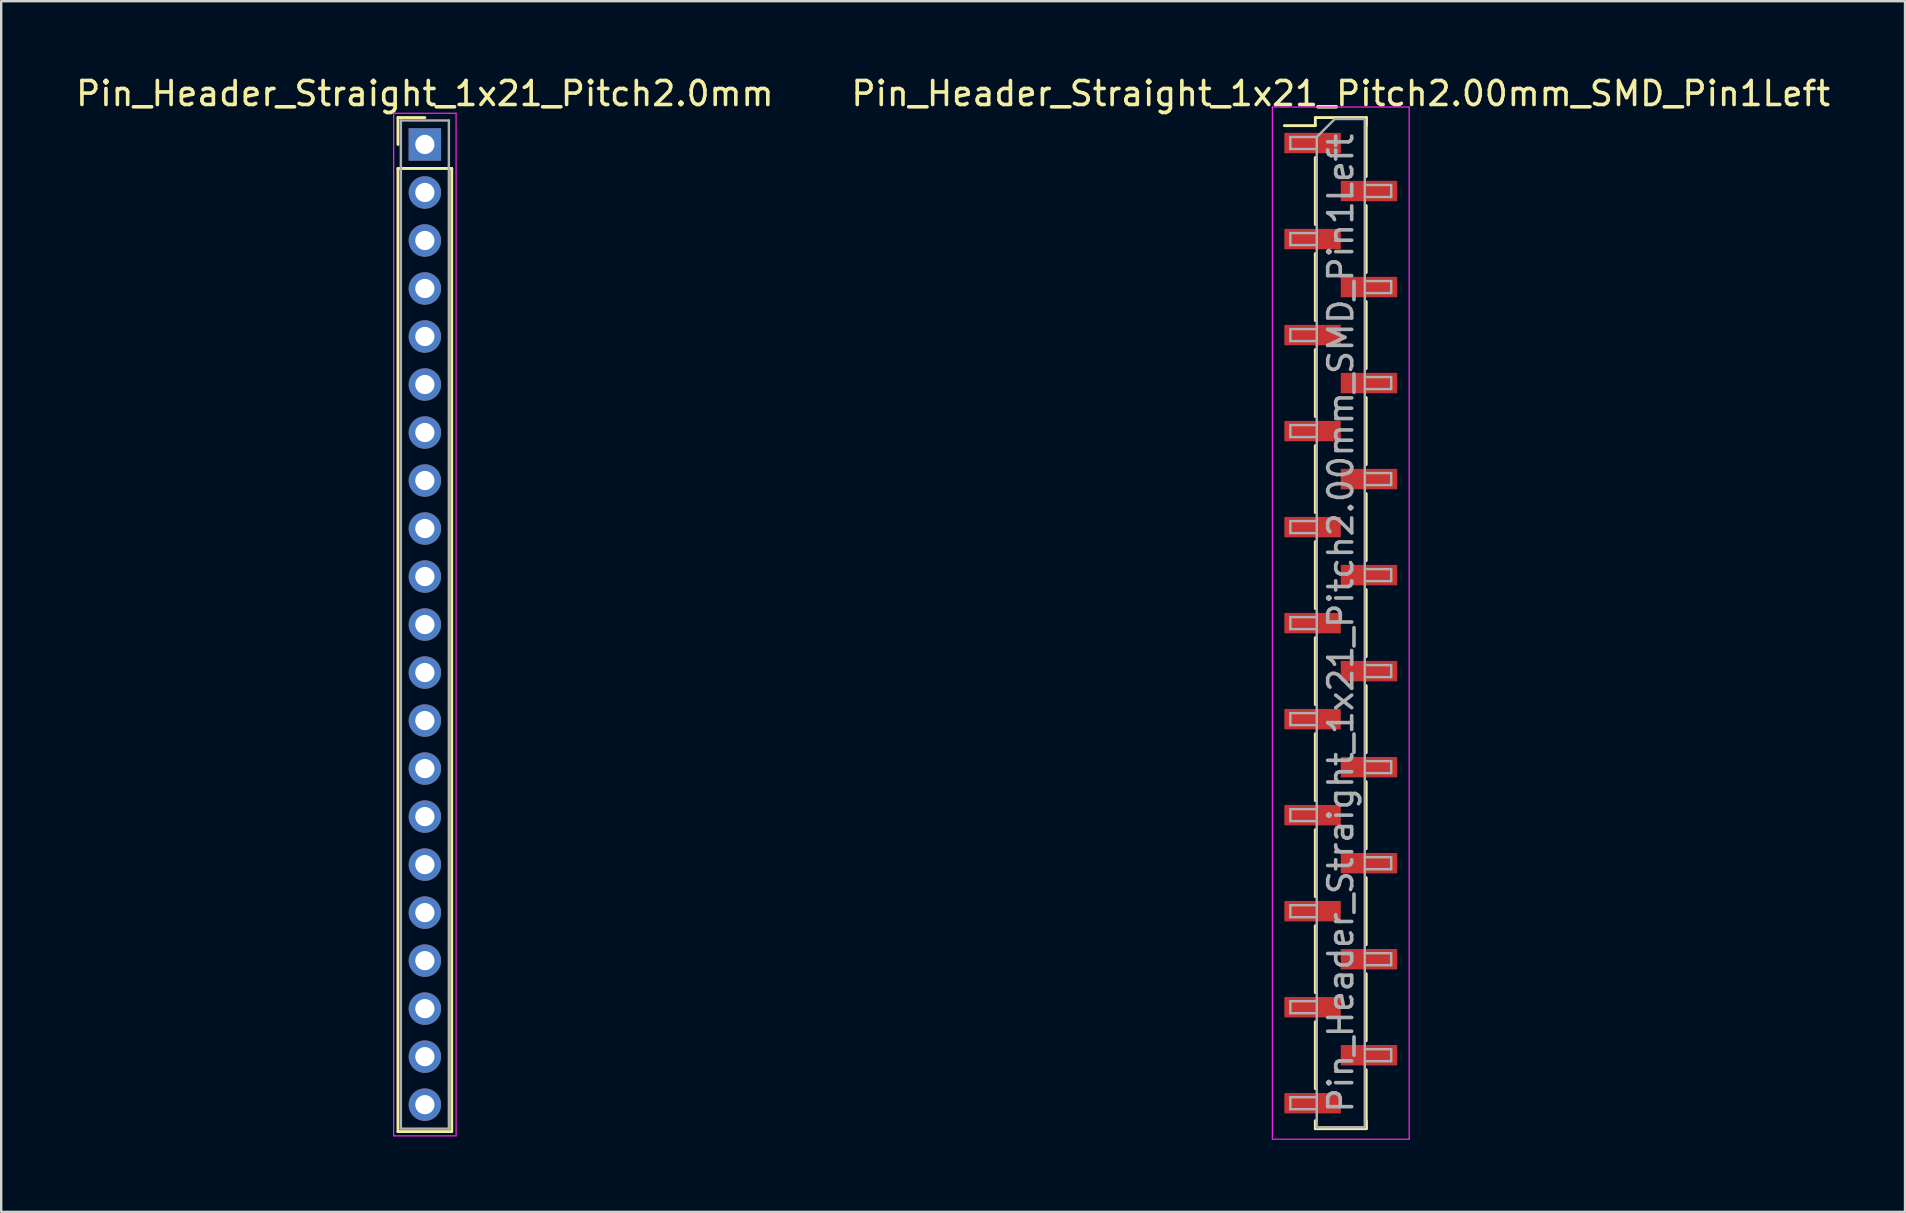
<source format=kicad_pcb>
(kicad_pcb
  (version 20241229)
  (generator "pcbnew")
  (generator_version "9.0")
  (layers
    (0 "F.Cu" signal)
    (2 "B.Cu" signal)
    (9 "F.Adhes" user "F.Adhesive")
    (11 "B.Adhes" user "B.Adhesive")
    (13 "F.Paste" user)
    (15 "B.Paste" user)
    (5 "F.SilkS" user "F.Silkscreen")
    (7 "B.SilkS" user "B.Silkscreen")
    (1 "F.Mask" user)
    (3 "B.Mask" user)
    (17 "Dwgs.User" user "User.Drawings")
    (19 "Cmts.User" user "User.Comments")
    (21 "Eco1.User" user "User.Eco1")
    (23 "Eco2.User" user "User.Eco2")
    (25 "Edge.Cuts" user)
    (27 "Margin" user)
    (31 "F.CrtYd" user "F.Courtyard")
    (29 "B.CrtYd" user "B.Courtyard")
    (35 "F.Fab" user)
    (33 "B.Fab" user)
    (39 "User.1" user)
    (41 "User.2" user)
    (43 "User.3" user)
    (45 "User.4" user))
  (footprint "Pin_Header_Straight_1x21_Pitch2.0mm"
    (layer "F.Cu")
    (at 14.649 2.968)
    (property "Reference" "Pin_Header_Straight_1x21_Pitch2.0mm" (at 0 -2.12 0) (layer "F.SilkS") (effects (font (size 1 1) (thickness 0.15))))
    (attr through_hole)
    (fp_line (start -1.12 -1.12) (end 0 -1.12) (stroke (width 0.12) (type solid)) (layer "F.SilkS"))
    (fp_line (start -1.12 0) (end -1.12 -1.12) (stroke (width 0.12) (type solid)) (layer "F.SilkS"))
    (fp_line (start -1.12 1) (end -1.12 41.12) (stroke (width 0.12) (type solid)) (layer "F.SilkS"))
    (fp_line (start -1.12 41.12) (end 1.12 41.12) (stroke (width 0.12) (type solid)) (layer "F.SilkS"))
    (fp_line (start 1.12 1) (end -1.12 1) (stroke (width 0.12) (type solid)) (layer "F.SilkS"))
    (fp_line (start 1.12 41.12) (end 1.12 1) (stroke (width 0.12) (type solid)) (layer "F.SilkS"))
    (fp_line (start -1.3 -1.3) (end -1.3 41.3) (stroke (width 0.05) (type solid)) (layer "F.CrtYd"))
    (fp_line (start -1.3 41.3) (end 1.3 41.3) (stroke (width 0.05) (type solid)) (layer "F.CrtYd"))
    (fp_line (start 1.3 -1.3) (end -1.3 -1.3) (stroke (width 0.05) (type solid)) (layer "F.CrtYd"))
    (fp_line (start 1.3 41.3) (end 1.3 -1.3) (stroke (width 0.05) (type solid)) (layer "F.CrtYd"))
    (fp_line (start -1 -1) (end -1 41) (stroke (width 0.1) (type solid)) (layer "F.Fab"))
    (fp_line (start -1 41) (end 1 41) (stroke (width 0.1) (type solid)) (layer "F.Fab"))
    (fp_line (start 1 -1) (end -1 -1) (stroke (width 0.1) (type solid)) (layer "F.Fab"))
    (fp_line (start 1 41) (end 1 -1) (stroke (width 0.1) (type solid)) (layer "F.Fab"))
    (pad "1" thru_hole rect (at 0 0) (size 1.35 1.35) (drill 0.8) (layers "*.Cu" "*.Mask"))
    (pad "2" thru_hole oval (at 0 2) (size 1.35 1.35) (drill 0.8) (layers "*.Cu" "*.Mask"))
    (pad "3" thru_hole oval (at 0 4) (size 1.35 1.35) (drill 0.8) (layers "*.Cu" "*.Mask"))
    (pad "4" thru_hole oval (at 0 6) (size 1.35 1.35) (drill 0.8) (layers "*.Cu" "*.Mask"))
    (pad "5" thru_hole oval (at 0 8) (size 1.35 1.35) (drill 0.8) (layers "*.Cu" "*.Mask"))
    (pad "6" thru_hole oval (at 0 10) (size 1.35 1.35) (drill 0.8) (layers "*.Cu" "*.Mask"))
    (pad "7" thru_hole oval (at 0 12) (size 1.35 1.35) (drill 0.8) (layers "*.Cu" "*.Mask"))
    (pad "8" thru_hole oval (at 0 14) (size 1.35 1.35) (drill 0.8) (layers "*.Cu" "*.Mask"))
    (pad "9" thru_hole oval (at 0 16) (size 1.35 1.35) (drill 0.8) (layers "*.Cu" "*.Mask"))
    (pad "10" thru_hole oval (at 0 18) (size 1.35 1.35) (drill 0.8) (layers "*.Cu" "*.Mask"))
    (pad "11" thru_hole oval (at 0 20) (size 1.35 1.35) (drill 0.8) (layers "*.Cu" "*.Mask"))
    (pad "12" thru_hole oval (at 0 22) (size 1.35 1.35) (drill 0.8) (layers "*.Cu" "*.Mask"))
    (pad "13" thru_hole oval (at 0 24) (size 1.35 1.35) (drill 0.8) (layers "*.Cu" "*.Mask"))
    (pad "14" thru_hole oval (at 0 26) (size 1.35 1.35) (drill 0.8) (layers "*.Cu" "*.Mask"))
    (pad "15" thru_hole oval (at 0 28) (size 1.35 1.35) (drill 0.8) (layers "*.Cu" "*.Mask"))
    (pad "16" thru_hole oval (at 0 30) (size 1.35 1.35) (drill 0.8) (layers "*.Cu" "*.Mask"))
    (pad "17" thru_hole oval (at 0 32) (size 1.35 1.35) (drill 0.8) (layers "*.Cu" "*.Mask"))
    (pad "18" thru_hole oval (at 0 34) (size 1.35 1.35) (drill 0.8) (layers "*.Cu" "*.Mask"))
    (pad "19" thru_hole oval (at 0 36) (size 1.35 1.35) (drill 0.8) (layers "*.Cu" "*.Mask"))
    (pad "20" thru_hole oval (at 0 38) (size 1.35 1.35) (drill 0.8) (layers "*.Cu" "*.Mask"))
    (pad "21" thru_hole oval (at 0 40) (size 1.35 1.35) (drill 0.8) (layers "*.Cu" "*.Mask")))
  (footprint "Pin_Header_Straight_1x21_Pitch2.00mm_SMD_Pin1Left"
    (layer "F.Cu")
    (at 52.804 22.908)
    (property "Reference" "Pin_Header_Straight_1x21_Pitch2.00mm_SMD_Pin1Left" (at 0 -22.06 0) (layer "F.SilkS") (effects (font (size 1 1) (thickness 0.15))))
    (attr smd)
    (fp_line (start -1.06 -21.06) (end 1.06 -21.06) (stroke (width 0.12) (type solid)) (layer "F.SilkS"))
    (fp_line (start -1.06 -20.725) (end -2.35 -20.725) (stroke (width 0.12) (type solid)) (layer "F.SilkS"))
    (fp_line (start -1.06 -20.725) (end -1.06 -21.06) (stroke (width 0.12) (type solid)) (layer "F.SilkS"))
    (fp_line (start -1.06 -19.395) (end -1.06 -16.605) (stroke (width 0.12) (type solid)) (layer "F.SilkS"))
    (fp_line (start -1.06 -15.395) (end -1.06 -12.605) (stroke (width 0.12) (type solid)) (layer "F.SilkS"))
    (fp_line (start -1.06 -11.395) (end -1.06 -8.605) (stroke (width 0.12) (type solid)) (layer "F.SilkS"))
    (fp_line (start -1.06 -7.395) (end -1.06 -4.605) (stroke (width 0.12) (type solid)) (layer "F.SilkS"))
    (fp_line (start -1.06 -3.395) (end -1.06 -0.605) (stroke (width 0.12) (type solid)) (layer "F.SilkS"))
    (fp_line (start -1.06 0.605) (end -1.06 3.395) (stroke (width 0.12) (type solid)) (layer "F.SilkS"))
    (fp_line (start -1.06 4.605) (end -1.06 7.395) (stroke (width 0.12) (type solid)) (layer "F.SilkS"))
    (fp_line (start -1.06 8.605) (end -1.06 11.395) (stroke (width 0.12) (type solid)) (layer "F.SilkS"))
    (fp_line (start -1.06 12.605) (end -1.06 15.395) (stroke (width 0.12) (type solid)) (layer "F.SilkS"))
    (fp_line (start -1.06 16.605) (end -1.06 19.395) (stroke (width 0.12) (type solid)) (layer "F.SilkS"))
    (fp_line (start -1.06 20.725) (end -1.06 21.06) (stroke (width 0.12) (type solid)) (layer "F.SilkS"))
    (fp_line (start -1.06 21.06) (end 1.06 21.06) (stroke (width 0.12) (type solid)) (layer "F.SilkS"))
    (fp_line (start 1.06 -21.06) (end 1.06 -20.725) (stroke (width 0.12) (type solid)) (layer "F.SilkS"))
    (fp_line (start 1.06 -21.06) (end 1.06 -18.605) (stroke (width 0.12) (type solid)) (layer "F.SilkS"))
    (fp_line (start 1.06 -17.395) (end 1.06 -14.605) (stroke (width 0.12) (type solid)) (layer "F.SilkS"))
    (fp_line (start 1.06 -13.395) (end 1.06 -10.605) (stroke (width 0.12) (type solid)) (layer "F.SilkS"))
    (fp_line (start 1.06 -9.395) (end 1.06 -6.605) (stroke (width 0.12) (type solid)) (layer "F.SilkS"))
    (fp_line (start 1.06 -5.395) (end 1.06 -2.605) (stroke (width 0.12) (type solid)) (layer "F.SilkS"))
    (fp_line (start 1.06 -1.395) (end 1.06 1.395) (stroke (width 0.12) (type solid)) (layer "F.SilkS"))
    (fp_line (start 1.06 2.605) (end 1.06 5.395) (stroke (width 0.12) (type solid)) (layer "F.SilkS"))
    (fp_line (start 1.06 6.605) (end 1.06 9.395) (stroke (width 0.12) (type solid)) (layer "F.SilkS"))
    (fp_line (start 1.06 10.605) (end 1.06 13.395) (stroke (width 0.12) (type solid)) (layer "F.SilkS"))
    (fp_line (start 1.06 14.605) (end 1.06 17.395) (stroke (width 0.12) (type solid)) (layer "F.SilkS"))
    (fp_line (start 1.06 18.605) (end 1.06 21.06) (stroke (width 0.12) (type solid)) (layer "F.SilkS"))
    (fp_line (start 1.06 21.06) (end 1.06 20.725) (stroke (width 0.12) (type solid)) (layer "F.SilkS"))
    (fp_line (start -2.85 -21.5) (end -2.85 21.5) (stroke (width 0.05) (type solid)) (layer "F.CrtYd"))
    (fp_line (start -2.85 21.5) (end 2.85 21.5) (stroke (width 0.05) (type solid)) (layer "F.CrtYd"))
    (fp_line (start 2.85 -21.5) (end -2.85 -21.5) (stroke (width 0.05) (type solid)) (layer "F.CrtYd"))
    (fp_line (start 2.85 21.5) (end 2.85 -21.5) (stroke (width 0.05) (type solid)) (layer "F.CrtYd"))
    (fp_line (start -2.1 -20.25) (end -2.1 -19.75) (stroke (width 0.1) (type solid)) (layer "F.Fab"))
    (fp_line (start -2.1 -19.75) (end -1 -19.75) (stroke (width 0.1) (type solid)) (layer "F.Fab"))
    (fp_line (start -2.1 -16.25) (end -2.1 -15.75) (stroke (width 0.1) (type solid)) (layer "F.Fab"))
    (fp_line (start -2.1 -15.75) (end -1 -15.75) (stroke (width 0.1) (type solid)) (layer "F.Fab"))
    (fp_line (start -2.1 -12.25) (end -2.1 -11.75) (stroke (width 0.1) (type solid)) (layer "F.Fab"))
    (fp_line (start -2.1 -11.75) (end -1 -11.75) (stroke (width 0.1) (type solid)) (layer "F.Fab"))
    (fp_line (start -2.1 -8.25) (end -2.1 -7.75) (stroke (width 0.1) (type solid)) (layer "F.Fab"))
    (fp_line (start -2.1 -7.75) (end -1 -7.75) (stroke (width 0.1) (type solid)) (layer "F.Fab"))
    (fp_line (start -2.1 -4.25) (end -2.1 -3.75) (stroke (width 0.1) (type solid)) (layer "F.Fab"))
    (fp_line (start -2.1 -3.75) (end -1 -3.75) (stroke (width 0.1) (type solid)) (layer "F.Fab"))
    (fp_line (start -2.1 -0.25) (end -2.1 0.25) (stroke (width 0.1) (type solid)) (layer "F.Fab"))
    (fp_line (start -2.1 0.25) (end -1 0.25) (stroke (width 0.1) (type solid)) (layer "F.Fab"))
    (fp_line (start -2.1 3.75) (end -2.1 4.25) (stroke (width 0.1) (type solid)) (layer "F.Fab"))
    (fp_line (start -2.1 4.25) (end -1 4.25) (stroke (width 0.1) (type solid)) (layer "F.Fab"))
    (fp_line (start -2.1 7.75) (end -2.1 8.25) (stroke (width 0.1) (type solid)) (layer "F.Fab"))
    (fp_line (start -2.1 8.25) (end -1 8.25) (stroke (width 0.1) (type solid)) (layer "F.Fab"))
    (fp_line (start -2.1 11.75) (end -2.1 12.25) (stroke (width 0.1) (type solid)) (layer "F.Fab"))
    (fp_line (start -2.1 12.25) (end -1 12.25) (stroke (width 0.1) (type solid)) (layer "F.Fab"))
    (fp_line (start -2.1 15.75) (end -2.1 16.25) (stroke (width 0.1) (type solid)) (layer "F.Fab"))
    (fp_line (start -2.1 16.25) (end -1 16.25) (stroke (width 0.1) (type solid)) (layer "F.Fab"))
    (fp_line (start -2.1 19.75) (end -2.1 20.25) (stroke (width 0.1) (type solid)) (layer "F.Fab"))
    (fp_line (start -2.1 20.25) (end -1 20.25) (stroke (width 0.1) (type solid)) (layer "F.Fab"))
    (fp_line (start -1 -20.25) (end -2.1 -20.25) (stroke (width 0.1) (type solid)) (layer "F.Fab"))
    (fp_line (start -1 -20.25) (end -0.25 -21) (stroke (width 0.1) (type solid)) (layer "F.Fab"))
    (fp_line (start -1 -16.25) (end -2.1 -16.25) (stroke (width 0.1) (type solid)) (layer "F.Fab"))
    (fp_line (start -1 -12.25) (end -2.1 -12.25) (stroke (width 0.1) (type solid)) (layer "F.Fab"))
    (fp_line (start -1 -8.25) (end -2.1 -8.25) (stroke (width 0.1) (type solid)) (layer "F.Fab"))
    (fp_line (start -1 -4.25) (end -2.1 -4.25) (stroke (width 0.1) (type solid)) (layer "F.Fab"))
    (fp_line (start -1 -0.25) (end -2.1 -0.25) (stroke (width 0.1) (type solid)) (layer "F.Fab"))
    (fp_line (start -1 3.75) (end -2.1 3.75) (stroke (width 0.1) (type solid)) (layer "F.Fab"))
    (fp_line (start -1 7.75) (end -2.1 7.75) (stroke (width 0.1) (type solid)) (layer "F.Fab"))
    (fp_line (start -1 11.75) (end -2.1 11.75) (stroke (width 0.1) (type solid)) (layer "F.Fab"))
    (fp_line (start -1 15.75) (end -2.1 15.75) (stroke (width 0.1) (type solid)) (layer "F.Fab"))
    (fp_line (start -1 19.75) (end -2.1 19.75) (stroke (width 0.1) (type solid)) (layer "F.Fab"))
    (fp_line (start -1 21) (end -1 -20.25) (stroke (width 0.1) (type solid)) (layer "F.Fab"))
    (fp_line (start -0.25 -21) (end 1 -21) (stroke (width 0.1) (type solid)) (layer "F.Fab"))
    (fp_line (start 1 -21) (end 1 21) (stroke (width 0.1) (type solid)) (layer "F.Fab"))
    (fp_line (start 1 -18.25) (end 2.1 -18.25) (stroke (width 0.1) (type solid)) (layer "F.Fab"))
    (fp_line (start 1 -14.25) (end 2.1 -14.25) (stroke (width 0.1) (type solid)) (layer "F.Fab"))
    (fp_line (start 1 -10.25) (end 2.1 -10.25) (stroke (width 0.1) (type solid)) (layer "F.Fab"))
    (fp_line (start 1 -6.25) (end 2.1 -6.25) (stroke (width 0.1) (type solid)) (layer "F.Fab"))
    (fp_line (start 1 -2.25) (end 2.1 -2.25) (stroke (width 0.1) (type solid)) (layer "F.Fab"))
    (fp_line (start 1 1.75) (end 2.1 1.75) (stroke (width 0.1) (type solid)) (layer "F.Fab"))
    (fp_line (start 1 5.75) (end 2.1 5.75) (stroke (width 0.1) (type solid)) (layer "F.Fab"))
    (fp_line (start 1 9.75) (end 2.1 9.75) (stroke (width 0.1) (type solid)) (layer "F.Fab"))
    (fp_line (start 1 13.75) (end 2.1 13.75) (stroke (width 0.1) (type solid)) (layer "F.Fab"))
    (fp_line (start 1 17.75) (end 2.1 17.75) (stroke (width 0.1) (type solid)) (layer "F.Fab"))
    (fp_line (start 1 21) (end -1 21) (stroke (width 0.1) (type solid)) (layer "F.Fab"))
    (fp_line (start 2.1 -18.25) (end 2.1 -17.75) (stroke (width 0.1) (type solid)) (layer "F.Fab"))
    (fp_line (start 2.1 -17.75) (end 1 -17.75) (stroke (width 0.1) (type solid)) (layer "F.Fab"))
    (fp_line (start 2.1 -14.25) (end 2.1 -13.75) (stroke (width 0.1) (type solid)) (layer "F.Fab"))
    (fp_line (start 2.1 -13.75) (end 1 -13.75) (stroke (width 0.1) (type solid)) (layer "F.Fab"))
    (fp_line (start 2.1 -10.25) (end 2.1 -9.75) (stroke (width 0.1) (type solid)) (layer "F.Fab"))
    (fp_line (start 2.1 -9.75) (end 1 -9.75) (stroke (width 0.1) (type solid)) (layer "F.Fab"))
    (fp_line (start 2.1 -6.25) (end 2.1 -5.75) (stroke (width 0.1) (type solid)) (layer "F.Fab"))
    (fp_line (start 2.1 -5.75) (end 1 -5.75) (stroke (width 0.1) (type solid)) (layer "F.Fab"))
    (fp_line (start 2.1 -2.25) (end 2.1 -1.75) (stroke (width 0.1) (type solid)) (layer "F.Fab"))
    (fp_line (start 2.1 -1.75) (end 1 -1.75) (stroke (width 0.1) (type solid)) (layer "F.Fab"))
    (fp_line (start 2.1 1.75) (end 2.1 2.25) (stroke (width 0.1) (type solid)) (layer "F.Fab"))
    (fp_line (start 2.1 2.25) (end 1 2.25) (stroke (width 0.1) (type solid)) (layer "F.Fab"))
    (fp_line (start 2.1 5.75) (end 2.1 6.25) (stroke (width 0.1) (type solid)) (layer "F.Fab"))
    (fp_line (start 2.1 6.25) (end 1 6.25) (stroke (width 0.1) (type solid)) (layer "F.Fab"))
    (fp_line (start 2.1 9.75) (end 2.1 10.25) (stroke (width 0.1) (type solid)) (layer "F.Fab"))
    (fp_line (start 2.1 10.25) (end 1 10.25) (stroke (width 0.1) (type solid)) (layer "F.Fab"))
    (fp_line (start 2.1 13.75) (end 2.1 14.25) (stroke (width 0.1) (type solid)) (layer "F.Fab"))
    (fp_line (start 2.1 14.25) (end 1 14.25) (stroke (width 0.1) (type solid)) (layer "F.Fab"))
    (fp_line (start 2.1 17.75) (end 2.1 18.25) (stroke (width 0.1) (type solid)) (layer "F.Fab"))
    (fp_line (start 2.1 18.25) (end 1 18.25) (stroke (width 0.1) (type solid)) (layer "F.Fab"))
    (fp_text user "${REFERENCE}" (at 0 0 90) (layer "F.Fab") (effects (font (size 1 1) (thickness 0.15))))
    (pad "1" smd rect (at -1.175 -20) (size 2.35 0.85) (layers "F.Cu" "F.Mask" "F.Paste"))
    (pad "2" smd rect (at 1.175 -18) (size 2.35 0.85) (layers "F.Cu" "F.Mask" "F.Paste"))
    (pad "3" smd rect (at -1.175 -16) (size 2.35 0.85) (layers "F.Cu" "F.Mask" "F.Paste"))
    (pad "4" smd rect (at 1.175 -14) (size 2.35 0.85) (layers "F.Cu" "F.Mask" "F.Paste"))
    (pad "5" smd rect (at -1.175 -12) (size 2.35 0.85) (layers "F.Cu" "F.Mask" "F.Paste"))
    (pad "6" smd rect (at 1.175 -10) (size 2.35 0.85) (layers "F.Cu" "F.Mask" "F.Paste"))
    (pad "7" smd rect (at -1.175 -8) (size 2.35 0.85) (layers "F.Cu" "F.Mask" "F.Paste"))
    (pad "8" smd rect (at 1.175 -6) (size 2.35 0.85) (layers "F.Cu" "F.Mask" "F.Paste"))
    (pad "9" smd rect (at -1.175 -4) (size 2.35 0.85) (layers "F.Cu" "F.Mask" "F.Paste"))
    (pad "10" smd rect (at 1.175 -2) (size 2.35 0.85) (layers "F.Cu" "F.Mask" "F.Paste"))
    (pad "11" smd rect (at -1.175 0) (size 2.35 0.85) (layers "F.Cu" "F.Mask" "F.Paste"))
    (pad "12" smd rect (at 1.175 2) (size 2.35 0.85) (layers "F.Cu" "F.Mask" "F.Paste"))
    (pad "13" smd rect (at -1.175 4) (size 2.35 0.85) (layers "F.Cu" "F.Mask" "F.Paste"))
    (pad "14" smd rect (at 1.175 6) (size 2.35 0.85) (layers "F.Cu" "F.Mask" "F.Paste"))
    (pad "15" smd rect (at -1.175 8) (size 2.35 0.85) (layers "F.Cu" "F.Mask" "F.Paste"))
    (pad "16" smd rect (at 1.175 10) (size 2.35 0.85) (layers "F.Cu" "F.Mask" "F.Paste"))
    (pad "17" smd rect (at -1.175 12) (size 2.35 0.85) (layers "F.Cu" "F.Mask" "F.Paste"))
    (pad "18" smd rect (at 1.175 14) (size 2.35 0.85) (layers "F.Cu" "F.Mask" "F.Paste"))
    (pad "19" smd rect (at -1.175 16) (size 2.35 0.85) (layers "F.Cu" "F.Mask" "F.Paste"))
    (pad "20" smd rect (at 1.175 18) (size 2.35 0.85) (layers "F.Cu" "F.Mask" "F.Paste"))
    (pad "21" smd rect (at -1.175 20) (size 2.35 0.85) (layers "F.Cu" "F.Mask" "F.Paste")))
  (gr_rect
    (start -3 -3)
    (end 76.31 47.433)
    (stroke (width 0.1) (type default))
    (fill no)
    (layer "Edge.Cuts")))
</source>
